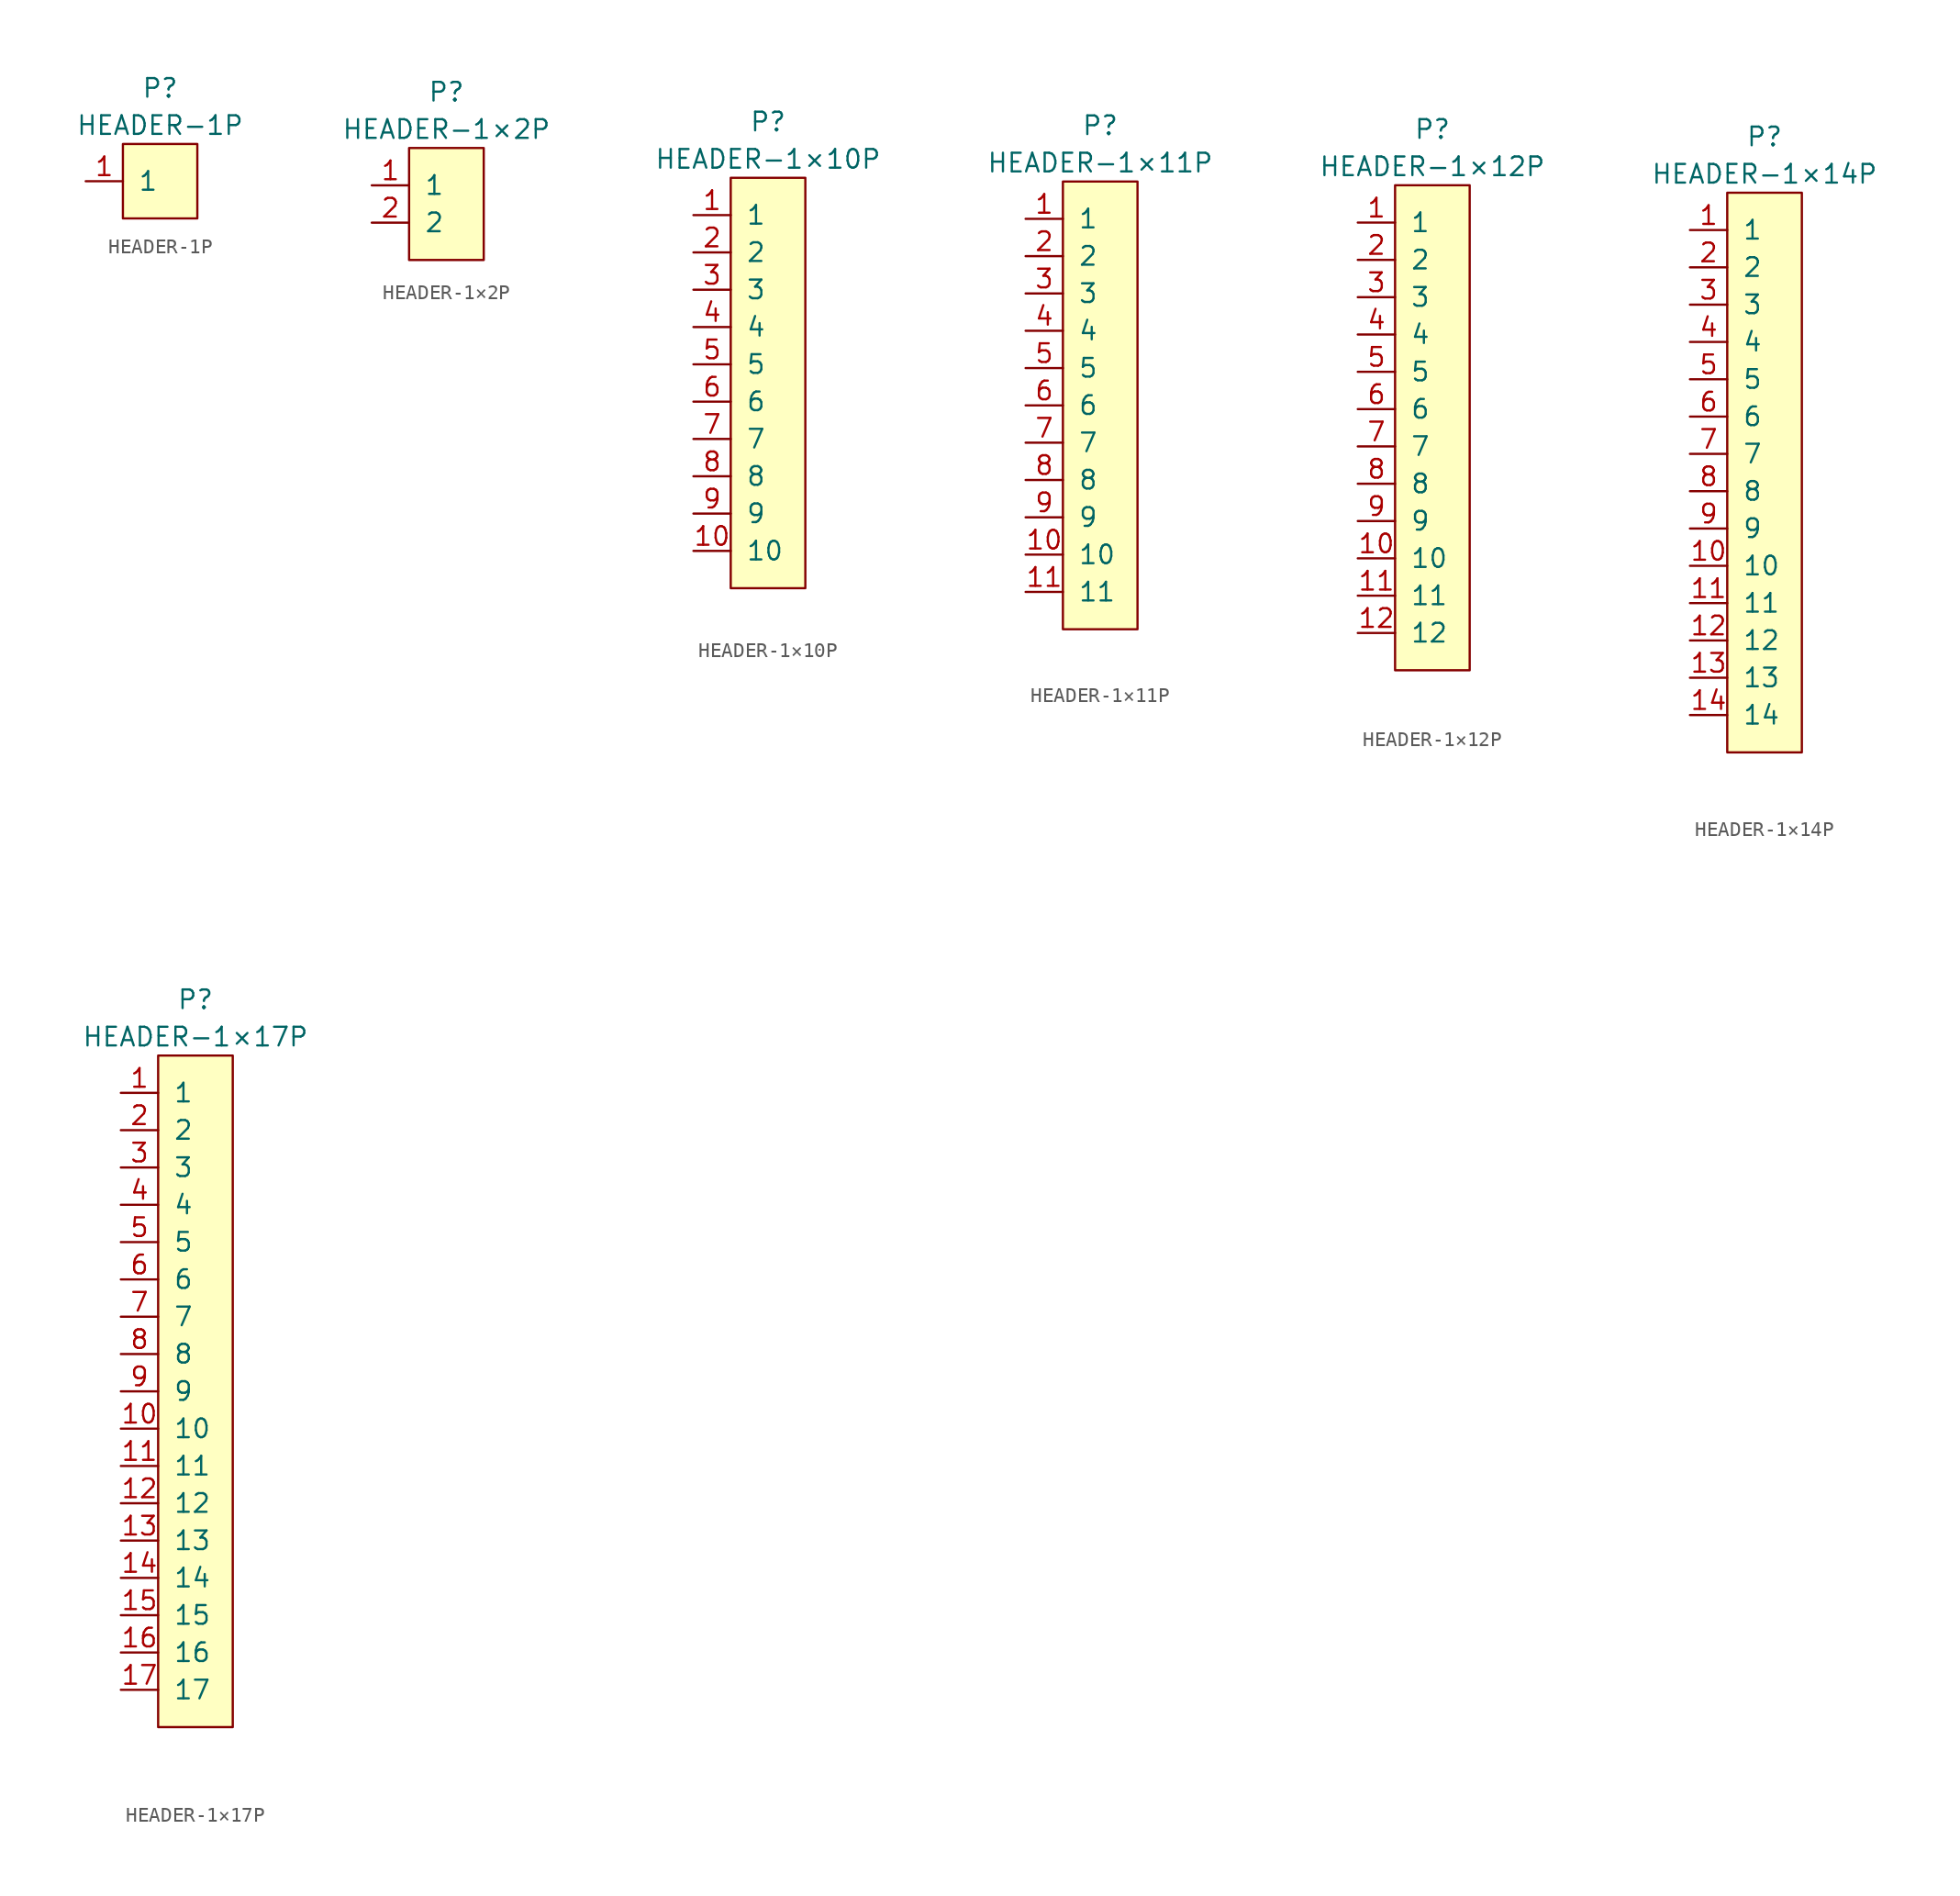
<source format=kicad_sym>
(kicad_symbol_lib
  (version 20231120)
  (generator "kicad_symbol_editor")
  (generator_version "8.0")
  (symbol "HEADER-1P"
    (pin_names
      (offset 1.016))
    (property "Reference" "P"
      (at 0 6.35 0)
      (effects (font (size 1.27 1.27))))
    (property "Value" "HEADER-1P"
      (at 0 3.81 0)
      (effects (font (size 1.27 1.27))))
    (symbol "HEADER-1P_0_1"
      (rectangle (start -2.54 2.54) (end 2.54 -2.54) (stroke (width 0) (type default)) (fill (type background))))
    (symbol "HEADER-1P_1_1"
      (pin passive line (at -5.08 0 0) (length 2.54) (name "1" (effects (font (size 1.27 1.27)))) (number "1" (effects (font (size 1.27 1.27)))))))
  (symbol "HEADER-1×2P"
    (pin_names
      (offset 1.016))
    (property "Reference" "P"
      (at 0 7.62 0)
      (effects (font (size 1.27 1.27))))
    (property "Value" "HEADER-1×2P"
      (at 0 5.08 0)
      (effects (font (size 1.27 1.27))))
    (symbol "HEADER-1×2P_0_1"
      (rectangle (start -2.54 3.81) (end 2.54 -3.81) (stroke (width 0) (type default)) (fill (type background))))
    (symbol "HEADER-1×2P_1_1"
      (pin passive line (at -5.08 1.27 0) (length 2.54) (name "1" (effects (font (size 1.27 1.27)))) (number "1" (effects (font (size 1.27 1.27)))))
      (pin passive line (at -5.08 -1.27 0) (length 2.54) (name "2" (effects (font (size 1.27 1.27)))) (number "2" (effects (font (size 1.27 1.27)))))))
  (symbol "HEADER-1×10P"
    (pin_names
      (offset 1.016))
    (property "Reference" "P"
      (at 0 17.78 0)
      (effects (font (size 1.27 1.27))))
    (property "Value" "HEADER-1×10P"
      (at 0 15.24 0)
      (effects (font (size 1.27 1.27))))
    (symbol "HEADER-1×10P_0_1"
      (rectangle (start -2.54 13.97) (end 2.54 -13.97) (stroke (width 0) (type default)) (fill (type background))))
    (symbol "HEADER-1×10P_1_1"
      (pin passive line (at -5.08 11.43 0) (length 2.54) (name "1" (effects (font (size 1.27 1.27)))) (number "1" (effects (font (size 1.27 1.27)))))
      (pin passive line (at -5.08 -11.43 0) (length 2.54) (name "10" (effects (font (size 1.27 1.27)))) (number "10" (effects (font (size 1.27 1.27)))))
      (pin passive line (at -5.08 8.89 0) (length 2.54) (name "2" (effects (font (size 1.27 1.27)))) (number "2" (effects (font (size 1.27 1.27)))))
      (pin passive line (at -5.08 6.35 0) (length 2.54) (name "3" (effects (font (size 1.27 1.27)))) (number "3" (effects (font (size 1.27 1.27)))))
      (pin passive line (at -5.08 3.81 0) (length 2.54) (name "4" (effects (font (size 1.27 1.27)))) (number "4" (effects (font (size 1.27 1.27)))))
      (pin passive line (at -5.08 1.27 0) (length 2.54) (name "5" (effects (font (size 1.27 1.27)))) (number "5" (effects (font (size 1.27 1.27)))))
      (pin passive line (at -5.08 -1.27 0) (length 2.54) (name "6" (effects (font (size 1.27 1.27)))) (number "6" (effects (font (size 1.27 1.27)))))
      (pin passive line (at -5.08 -3.81 0) (length 2.54) (name "7" (effects (font (size 1.27 1.27)))) (number "7" (effects (font (size 1.27 1.27)))))
      (pin passive line (at -5.08 -6.35 0) (length 2.54) (name "8" (effects (font (size 1.27 1.27)))) (number "8" (effects (font (size 1.27 1.27)))))
      (pin passive line (at -5.08 -8.89 0) (length 2.54) (name "9" (effects (font (size 1.27 1.27)))) (number "9" (effects (font (size 1.27 1.27)))))))
  (symbol "HEADER-1×11P"
    (pin_names
      (offset 1.016))
    (property "Reference" "P"
      (at 0 19.05 0)
      (effects (font (size 1.27 1.27))))
    (property "Value" "HEADER-1×11P"
      (at 0 16.51 0)
      (effects (font (size 1.27 1.27))))
    (symbol "HEADER-1×11P_0_1"
      (rectangle (start -2.54 15.24) (end 2.54 -15.24) (stroke (width 0) (type default)) (fill (type background))))
    (symbol "HEADER-1×11P_1_1"
      (pin passive line (at -5.08 12.7 0) (length 2.54) (name "1" (effects (font (size 1.27 1.27)))) (number "1" (effects (font (size 1.27 1.27)))))
      (pin passive line (at -5.08 -10.16 0) (length 2.54) (name "10" (effects (font (size 1.27 1.27)))) (number "10" (effects (font (size 1.27 1.27)))))
      (pin passive line (at -5.08 -12.7 0) (length 2.54) (name "11" (effects (font (size 1.27 1.27)))) (number "11" (effects (font (size 1.27 1.27)))))
      (pin passive line (at -5.08 10.16 0) (length 2.54) (name "2" (effects (font (size 1.27 1.27)))) (number "2" (effects (font (size 1.27 1.27)))))
      (pin passive line (at -5.08 7.62 0) (length 2.54) (name "3" (effects (font (size 1.27 1.27)))) (number "3" (effects (font (size 1.27 1.27)))))
      (pin passive line (at -5.08 5.08 0) (length 2.54) (name "4" (effects (font (size 1.27 1.27)))) (number "4" (effects (font (size 1.27 1.27)))))
      (pin passive line (at -5.08 2.54 0) (length 2.54) (name "5" (effects (font (size 1.27 1.27)))) (number "5" (effects (font (size 1.27 1.27)))))
      (pin passive line (at -5.08 0 0) (length 2.54) (name "6" (effects (font (size 1.27 1.27)))) (number "6" (effects (font (size 1.27 1.27)))))
      (pin passive line (at -5.08 -2.54 0) (length 2.54) (name "7" (effects (font (size 1.27 1.27)))) (number "7" (effects (font (size 1.27 1.27)))))
      (pin passive line (at -5.08 -5.08 0) (length 2.54) (name "8" (effects (font (size 1.27 1.27)))) (number "8" (effects (font (size 1.27 1.27)))))
      (pin passive line (at -5.08 -7.62 0) (length 2.54) (name "9" (effects (font (size 1.27 1.27)))) (number "9" (effects (font (size 1.27 1.27)))))))
  (symbol "HEADER-1×12P"
    (pin_names
      (offset 1.016))
    (property "Reference" "P"
      (at 0 20.32 0)
      (effects (font (size 1.27 1.27))))
    (property "Value" "HEADER-1×12P"
      (at 0 17.78 0)
      (effects (font (size 1.27 1.27))))
    (symbol "HEADER-1×12P_0_1"
      (rectangle (start -2.54 16.51) (end 2.54 -16.51) (stroke (width 0) (type default)) (fill (type background))))
    (symbol "HEADER-1×12P_1_1"
      (pin passive line (at -5.08 13.97 0) (length 2.54) (name "1" (effects (font (size 1.27 1.27)))) (number "1" (effects (font (size 1.27 1.27)))))
      (pin passive line (at -5.08 -8.89 0) (length 2.54) (name "10" (effects (font (size 1.27 1.27)))) (number "10" (effects (font (size 1.27 1.27)))))
      (pin passive line (at -5.08 -11.43 0) (length 2.54) (name "11" (effects (font (size 1.27 1.27)))) (number "11" (effects (font (size 1.27 1.27)))))
      (pin passive line (at -5.08 -13.97 0) (length 2.54) (name "12" (effects (font (size 1.27 1.27)))) (number "12" (effects (font (size 1.27 1.27)))))
      (pin passive line (at -5.08 11.43 0) (length 2.54) (name "2" (effects (font (size 1.27 1.27)))) (number "2" (effects (font (size 1.27 1.27)))))
      (pin passive line (at -5.08 8.89 0) (length 2.54) (name "3" (effects (font (size 1.27 1.27)))) (number "3" (effects (font (size 1.27 1.27)))))
      (pin passive line (at -5.08 6.35 0) (length 2.54) (name "4" (effects (font (size 1.27 1.27)))) (number "4" (effects (font (size 1.27 1.27)))))
      (pin passive line (at -5.08 3.81 0) (length 2.54) (name "5" (effects (font (size 1.27 1.27)))) (number "5" (effects (font (size 1.27 1.27)))))
      (pin passive line (at -5.08 1.27 0) (length 2.54) (name "6" (effects (font (size 1.27 1.27)))) (number "6" (effects (font (size 1.27 1.27)))))
      (pin passive line (at -5.08 -1.27 0) (length 2.54) (name "7" (effects (font (size 1.27 1.27)))) (number "7" (effects (font (size 1.27 1.27)))))
      (pin passive line (at -5.08 -3.81 0) (length 2.54) (name "8" (effects (font (size 1.27 1.27)))) (number "8" (effects (font (size 1.27 1.27)))))
      (pin passive line (at -5.08 -6.35 0) (length 2.54) (name "9" (effects (font (size 1.27 1.27)))) (number "9" (effects (font (size 1.27 1.27)))))))
  (symbol "HEADER-1×14P"
    (pin_names
      (offset 1.016))
    (property "Reference" "P"
      (at 0 22.86 0)
      (effects (font (size 1.27 1.27))))
    (property "Value" "HEADER-1×14P"
      (at 0 20.32 0)
      (effects (font (size 1.27 1.27))))
    (symbol "HEADER-1×14P_0_1"
      (rectangle (start -2.54 19.05) (end 2.54 -19.05) (stroke (width 0) (type default)) (fill (type background))))
    (symbol "HEADER-1×14P_1_1"
      (pin passive line (at -5.08 16.51 0) (length 2.54) (name "1" (effects (font (size 1.27 1.27)))) (number "1" (effects (font (size 1.27 1.27)))))
      (pin passive line (at -5.08 -6.35 0) (length 2.54) (name "10" (effects (font (size 1.27 1.27)))) (number "10" (effects (font (size 1.27 1.27)))))
      (pin passive line (at -5.08 -8.89 0) (length 2.54) (name "11" (effects (font (size 1.27 1.27)))) (number "11" (effects (font (size 1.27 1.27)))))
      (pin passive line (at -5.08 -11.43 0) (length 2.54) (name "12" (effects (font (size 1.27 1.27)))) (number "12" (effects (font (size 1.27 1.27)))))
      (pin passive line (at -5.08 -13.97 0) (length 2.54) (name "13" (effects (font (size 1.27 1.27)))) (number "13" (effects (font (size 1.27 1.27)))))
      (pin passive line (at -5.08 -16.51 0) (length 2.54) (name "14" (effects (font (size 1.27 1.27)))) (number "14" (effects (font (size 1.27 1.27)))))
      (pin passive line (at -5.08 13.97 0) (length 2.54) (name "2" (effects (font (size 1.27 1.27)))) (number "2" (effects (font (size 1.27 1.27)))))
      (pin passive line (at -5.08 11.43 0) (length 2.54) (name "3" (effects (font (size 1.27 1.27)))) (number "3" (effects (font (size 1.27 1.27)))))
      (pin passive line (at -5.08 8.89 0) (length 2.54) (name "4" (effects (font (size 1.27 1.27)))) (number "4" (effects (font (size 1.27 1.27)))))
      (pin passive line (at -5.08 6.35 0) (length 2.54) (name "5" (effects (font (size 1.27 1.27)))) (number "5" (effects (font (size 1.27 1.27)))))
      (pin passive line (at -5.08 3.81 0) (length 2.54) (name "6" (effects (font (size 1.27 1.27)))) (number "6" (effects (font (size 1.27 1.27)))))
      (pin passive line (at -5.08 1.27 0) (length 2.54) (name "7" (effects (font (size 1.27 1.27)))) (number "7" (effects (font (size 1.27 1.27)))))
      (pin passive line (at -5.08 -1.27 0) (length 2.54) (name "8" (effects (font (size 1.27 1.27)))) (number "8" (effects (font (size 1.27 1.27)))))
      (pin passive line (at -5.08 -3.81 0) (length 2.54) (name "9" (effects (font (size 1.27 1.27)))) (number "9" (effects (font (size 1.27 1.27)))))))
  (symbol "HEADER-1×17P"
    (pin_names
      (offset 1.016))
    (property "Reference" "P"
      (at 0 26.67 0)
      (effects (font (size 1.27 1.27))))
    (property "Value" "HEADER-1×17P"
      (at 0 24.13 0)
      (effects (font (size 1.27 1.27))))
    (symbol "HEADER-1×17P_0_1"
      (rectangle (start -2.54 22.86) (end 2.54 -22.86) (stroke (width 0) (type default)) (fill (type background))))
    (symbol "HEADER-1×17P_1_1"
      (pin passive line (at -5.08 20.32 0) (length 2.54) (name "1" (effects (font (size 1.27 1.27)))) (number "1" (effects (font (size 1.27 1.27)))))
      (pin passive line (at -5.08 -2.54 0) (length 2.54) (name "10" (effects (font (size 1.27 1.27)))) (number "10" (effects (font (size 1.27 1.27)))))
      (pin passive line (at -5.08 -5.08 0) (length 2.54) (name "11" (effects (font (size 1.27 1.27)))) (number "11" (effects (font (size 1.27 1.27)))))
      (pin passive line (at -5.08 -7.62 0) (length 2.54) (name "12" (effects (font (size 1.27 1.27)))) (number "12" (effects (font (size 1.27 1.27)))))
      (pin passive line (at -5.08 -10.16 0) (length 2.54) (name "13" (effects (font (size 1.27 1.27)))) (number "13" (effects (font (size 1.27 1.27)))))
      (pin passive line (at -5.08 -12.7 0) (length 2.54) (name "14" (effects (font (size 1.27 1.27)))) (number "14" (effects (font (size 1.27 1.27)))))
      (pin passive line (at -5.08 -15.24 0) (length 2.54) (name "15" (effects (font (size 1.27 1.27)))) (number "15" (effects (font (size 1.27 1.27)))))
      (pin passive line (at -5.08 -17.78 0) (length 2.54) (name "16" (effects (font (size 1.27 1.27)))) (number "16" (effects (font (size 1.27 1.27)))))
      (pin passive line (at -5.08 -20.32 0) (length 2.54) (name "17" (effects (font (size 1.27 1.27)))) (number "17" (effects (font (size 1.27 1.27)))))
      (pin passive line (at -5.08 17.78 0) (length 2.54) (name "2" (effects (font (size 1.27 1.27)))) (number "2" (effects (font (size 1.27 1.27)))))
      (pin passive line (at -5.08 15.24 0) (length 2.54) (name "3" (effects (font (size 1.27 1.27)))) (number "3" (effects (font (size 1.27 1.27)))))
      (pin passive line (at -5.08 12.7 0) (length 2.54) (name "4" (effects (font (size 1.27 1.27)))) (number "4" (effects (font (size 1.27 1.27)))))
      (pin passive line (at -5.08 10.16 0) (length 2.54) (name "5" (effects (font (size 1.27 1.27)))) (number "5" (effects (font (size 1.27 1.27)))))
      (pin passive line (at -5.08 7.62 0) (length 2.54) (name "6" (effects (font (size 1.27 1.27)))) (number "6" (effects (font (size 1.27 1.27)))))
      (pin passive line (at -5.08 5.08 0) (length 2.54) (name "7" (effects (font (size 1.27 1.27)))) (number "7" (effects (font (size 1.27 1.27)))))
      (pin passive line (at -5.08 2.54 0) (length 2.54) (name "8" (effects (font (size 1.27 1.27)))) (number "8" (effects (font (size 1.27 1.27)))))
      (pin passive line (at -5.08 0 0) (length 2.54) (name "9" (effects (font (size 1.27 1.27)))) (number "9" (effects (font (size 1.27 1.27))))))))
</source>
